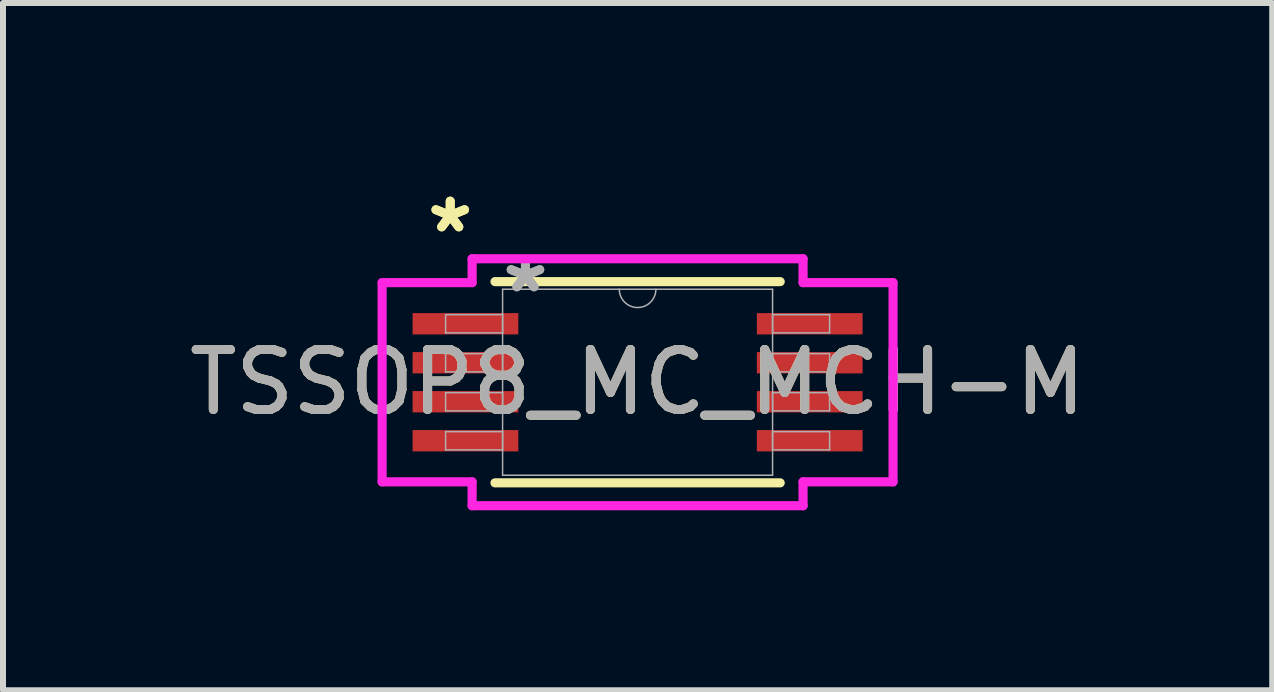
<source format=kicad_pcb>
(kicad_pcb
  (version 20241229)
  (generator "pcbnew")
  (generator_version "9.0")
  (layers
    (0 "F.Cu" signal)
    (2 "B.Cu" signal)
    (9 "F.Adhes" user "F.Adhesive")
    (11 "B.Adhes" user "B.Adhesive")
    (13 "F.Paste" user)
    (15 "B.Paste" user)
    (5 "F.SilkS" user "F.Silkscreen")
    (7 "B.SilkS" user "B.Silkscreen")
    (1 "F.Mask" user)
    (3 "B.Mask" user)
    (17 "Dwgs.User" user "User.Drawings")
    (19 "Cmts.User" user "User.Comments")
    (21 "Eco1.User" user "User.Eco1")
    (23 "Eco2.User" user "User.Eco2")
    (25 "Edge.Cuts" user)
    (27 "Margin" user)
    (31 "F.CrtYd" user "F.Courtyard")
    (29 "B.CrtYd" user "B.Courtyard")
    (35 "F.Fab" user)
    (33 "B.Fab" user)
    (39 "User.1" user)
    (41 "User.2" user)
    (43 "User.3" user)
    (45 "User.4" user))
  (footprint "TSSOP8_MC_MCH-M"
    (layer "F.Cu")
    (at 7.577 3.321)
    (property "Reference" "TSSOP8_MC_MCH-M" (at 0 0 0) (unlocked yes) (layer "F.SilkS") (effects (font (size 1 1) (thickness 0.15))))
    (attr smd)
    (fp_line (start -2.377 1.677) (end 2.377 1.677) (stroke (width 0.152) (type solid)) (layer "F.SilkS"))
    (fp_line (start 2.377 -1.677) (end -2.377 -1.677) (stroke (width 0.152) (type solid)) (layer "F.SilkS"))
    (fp_line (start -4.258 -1.66) (end -2.758 -1.66) (stroke (width 0.152) (type solid)) (layer "F.CrtYd"))
    (fp_line (start -4.258 1.66) (end -4.258 -1.66) (stroke (width 0.152) (type solid)) (layer "F.CrtYd"))
    (fp_line (start -4.258 1.66) (end -2.758 1.66) (stroke (width 0.152) (type solid)) (layer "F.CrtYd"))
    (fp_line (start -2.758 -2.058) (end 2.758 -2.058) (stroke (width 0.152) (type solid)) (layer "F.CrtYd"))
    (fp_line (start -2.758 -1.66) (end -2.758 -2.058) (stroke (width 0.152) (type solid)) (layer "F.CrtYd"))
    (fp_line (start -2.758 2.058) (end -2.758 1.66) (stroke (width 0.152) (type solid)) (layer "F.CrtYd"))
    (fp_line (start 2.758 -2.058) (end 2.758 -1.66) (stroke (width 0.152) (type solid)) (layer "F.CrtYd"))
    (fp_line (start 2.758 1.66) (end 2.758 2.058) (stroke (width 0.152) (type solid)) (layer "F.CrtYd"))
    (fp_line (start 2.758 2.058) (end -2.758 2.058) (stroke (width 0.152) (type solid)) (layer "F.CrtYd"))
    (fp_line (start 4.258 -1.66) (end 2.758 -1.66) (stroke (width 0.152) (type solid)) (layer "F.CrtYd"))
    (fp_line (start 4.258 -1.66) (end 4.258 1.66) (stroke (width 0.152) (type solid)) (layer "F.CrtYd"))
    (fp_line (start 4.258 1.66) (end 2.758 1.66) (stroke (width 0.152) (type solid)) (layer "F.CrtYd"))
    (fp_line (start -3.2 -1.127) (end -3.2 -0.823) (stroke (width 0.025) (type solid)) (layer "F.Fab"))
    (fp_line (start -3.2 -0.823) (end -2.25 -0.823) (stroke (width 0.025) (type solid)) (layer "F.Fab"))
    (fp_line (start -3.2 -0.477) (end -3.2 -0.173) (stroke (width 0.025) (type solid)) (layer "F.Fab"))
    (fp_line (start -3.2 -0.173) (end -2.25 -0.173) (stroke (width 0.025) (type solid)) (layer "F.Fab"))
    (fp_line (start -3.2 0.173) (end -3.2 0.477) (stroke (width 0.025) (type solid)) (layer "F.Fab"))
    (fp_line (start -3.2 0.477) (end -2.25 0.477) (stroke (width 0.025) (type solid)) (layer "F.Fab"))
    (fp_line (start -3.2 0.823) (end -3.2 1.127) (stroke (width 0.025) (type solid)) (layer "F.Fab"))
    (fp_line (start -3.2 1.127) (end -2.25 1.127) (stroke (width 0.025) (type solid)) (layer "F.Fab"))
    (fp_line (start -2.25 -1.55) (end -2.25 1.55) (stroke (width 0.025) (type solid)) (layer "F.Fab"))
    (fp_line (start -2.25 -1.127) (end -3.2 -1.127) (stroke (width 0.025) (type solid)) (layer "F.Fab"))
    (fp_line (start -2.25 -0.823) (end -2.25 -1.127) (stroke (width 0.025) (type solid)) (layer "F.Fab"))
    (fp_line (start -2.25 -0.477) (end -3.2 -0.477) (stroke (width 0.025) (type solid)) (layer "F.Fab"))
    (fp_line (start -2.25 -0.173) (end -2.25 -0.477) (stroke (width 0.025) (type solid)) (layer "F.Fab"))
    (fp_line (start -2.25 0.173) (end -3.2 0.173) (stroke (width 0.025) (type solid)) (layer "F.Fab"))
    (fp_line (start -2.25 0.477) (end -2.25 0.173) (stroke (width 0.025) (type solid)) (layer "F.Fab"))
    (fp_line (start -2.25 0.823) (end -3.2 0.823) (stroke (width 0.025) (type solid)) (layer "F.Fab"))
    (fp_line (start -2.25 1.127) (end -2.25 0.823) (stroke (width 0.025) (type solid)) (layer "F.Fab"))
    (fp_line (start -2.25 1.55) (end 2.25 1.55) (stroke (width 0.025) (type solid)) (layer "F.Fab"))
    (fp_line (start 2.25 -1.55) (end -2.25 -1.55) (stroke (width 0.025) (type solid)) (layer "F.Fab"))
    (fp_line (start 2.25 -1.127) (end 2.25 -0.823) (stroke (width 0.025) (type solid)) (layer "F.Fab"))
    (fp_line (start 2.25 -0.823) (end 3.2 -0.823) (stroke (width 0.025) (type solid)) (layer "F.Fab"))
    (fp_line (start 2.25 -0.477) (end 2.25 -0.173) (stroke (width 0.025) (type solid)) (layer "F.Fab"))
    (fp_line (start 2.25 -0.173) (end 3.2 -0.173) (stroke (width 0.025) (type solid)) (layer "F.Fab"))
    (fp_line (start 2.25 0.173) (end 2.25 0.477) (stroke (width 0.025) (type solid)) (layer "F.Fab"))
    (fp_line (start 2.25 0.477) (end 3.2 0.477) (stroke (width 0.025) (type solid)) (layer "F.Fab"))
    (fp_line (start 2.25 0.823) (end 2.25 1.127) (stroke (width 0.025) (type solid)) (layer "F.Fab"))
    (fp_line (start 2.25 1.127) (end 3.2 1.127) (stroke (width 0.025) (type solid)) (layer "F.Fab"))
    (fp_line (start 2.25 1.55) (end 2.25 -1.55) (stroke (width 0.025) (type solid)) (layer "F.Fab"))
    (fp_line (start 3.2 -1.127) (end 2.25 -1.127) (stroke (width 0.025) (type solid)) (layer "F.Fab"))
    (fp_line (start 3.2 -0.823) (end 3.2 -1.127) (stroke (width 0.025) (type solid)) (layer "F.Fab"))
    (fp_line (start 3.2 -0.477) (end 2.25 -0.477) (stroke (width 0.025) (type solid)) (layer "F.Fab"))
    (fp_line (start 3.2 -0.173) (end 3.2 -0.477) (stroke (width 0.025) (type solid)) (layer "F.Fab"))
    (fp_line (start 3.2 0.173) (end 2.25 0.173) (stroke (width 0.025) (type solid)) (layer "F.Fab"))
    (fp_line (start 3.2 0.477) (end 3.2 0.173) (stroke (width 0.025) (type solid)) (layer "F.Fab"))
    (fp_line (start 3.2 0.823) (end 2.25 0.823) (stroke (width 0.025) (type solid)) (layer "F.Fab"))
    (fp_line (start 3.2 1.127) (end 3.2 0.823) (stroke (width 0.025) (type solid)) (layer "F.Fab"))
    (fp_arc (start 0.3048 -1.549999) (mid 0 -1.245199) (end -0.3048 -1.549999) (stroke (width 0.0254) (type solid)) (layer "F.Fab"))
    (fp_text user "*" (at -3.123 -2.473 0) (unlocked yes) (layer "F.SilkS") (effects (font (size 1 1) (thickness 0.15))))
    (fp_text user "*" (at -3.123 -2.473 0) (layer "F.SilkS") (effects (font (size 1 1) (thickness 0.15))))
    (fp_text user "${REFERENCE}" (at 0 0 0) (unlocked yes) (layer "F.Fab") (effects (font (size 1 1) (thickness 0.15))))
    (fp_text user "*" (at -1.869 -1.474 0) (unlocked yes) (layer "F.Fab") (effects (font (size 1 1) (thickness 0.15))))
    (fp_text user "*" (at -1.869 -1.474 0) (layer "F.Fab") (effects (font (size 1 1) (thickness 0.15))))
    (pad "1" smd rect (at -2.869 -0.975) (size 1.762 0.355) (layers "F.Cu" "F.Mask" "F.Paste"))
    (pad "2" smd rect (at -2.869 -0.325) (size 1.762 0.355) (layers "F.Cu" "F.Mask" "F.Paste"))
    (pad "3" smd rect (at -2.869 0.325) (size 1.762 0.355) (layers "F.Cu" "F.Mask" "F.Paste"))
    (pad "4" smd rect (at -2.869 0.975) (size 1.762 0.355) (layers "F.Cu" "F.Mask" "F.Paste"))
    (pad "5" smd rect (at 2.869 0.975) (size 1.762 0.355) (layers "F.Cu" "F.Mask" "F.Paste"))
    (pad "6" smd rect (at 2.869 0.325) (size 1.762 0.355) (layers "F.Cu" "F.Mask" "F.Paste"))
    (pad "7" smd rect (at 2.869 -0.325) (size 1.762 0.355) (layers "F.Cu" "F.Mask" "F.Paste"))
    (pad "8" smd rect (at 2.869 -0.975) (size 1.762 0.355) (layers "F.Cu" "F.Mask" "F.Paste")))
  (gr_rect
    (start -3 -3)
    (end 18.155 8.455)
    (stroke (width 0.1) (type default))
    (fill no)
    (layer "Edge.Cuts")))
</source>
